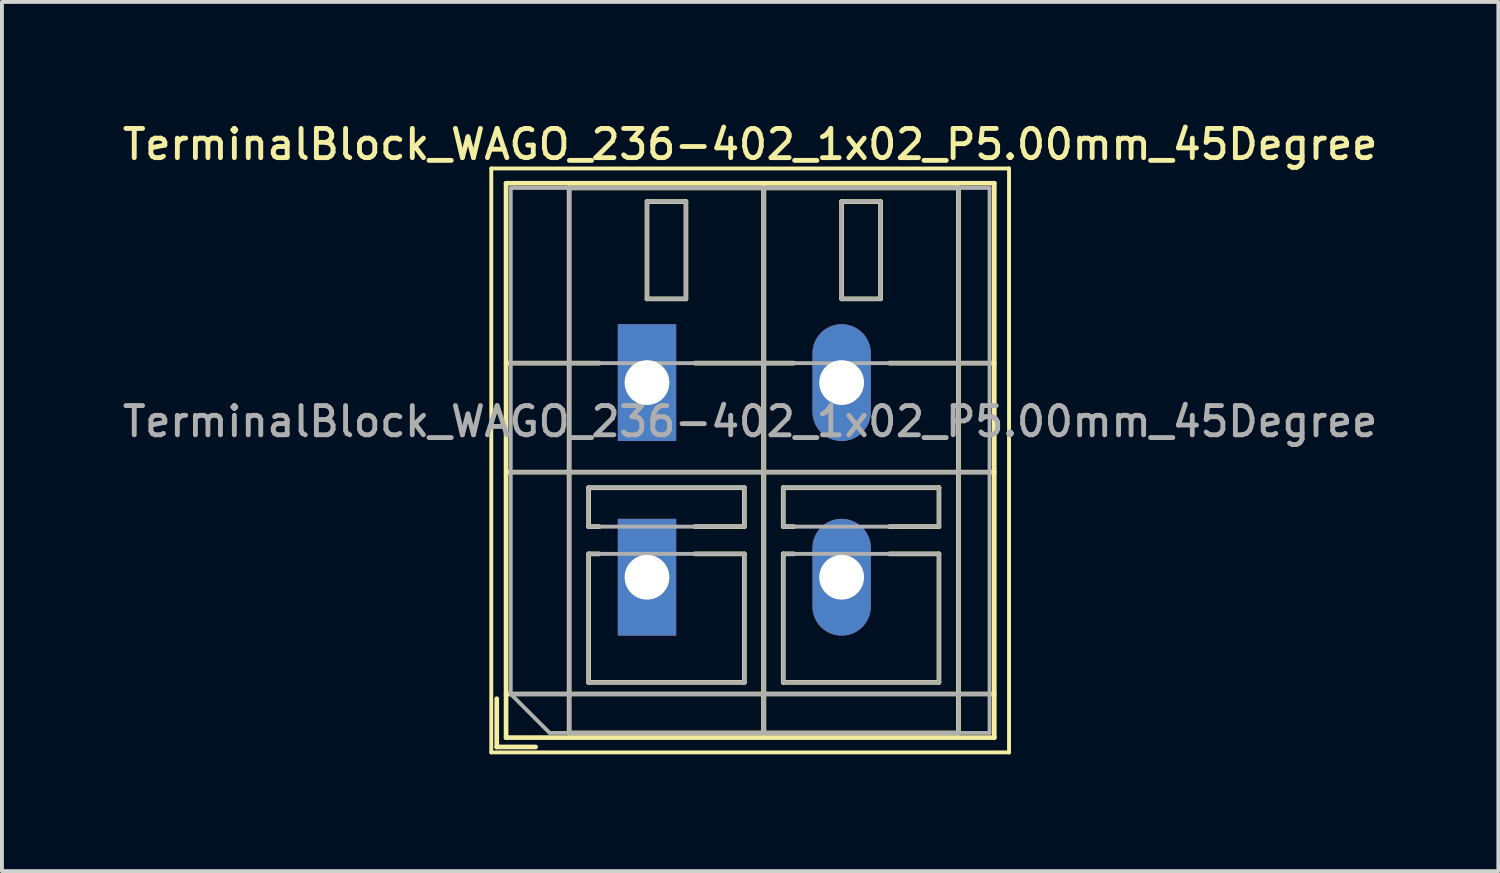
<source format=kicad_pcb>
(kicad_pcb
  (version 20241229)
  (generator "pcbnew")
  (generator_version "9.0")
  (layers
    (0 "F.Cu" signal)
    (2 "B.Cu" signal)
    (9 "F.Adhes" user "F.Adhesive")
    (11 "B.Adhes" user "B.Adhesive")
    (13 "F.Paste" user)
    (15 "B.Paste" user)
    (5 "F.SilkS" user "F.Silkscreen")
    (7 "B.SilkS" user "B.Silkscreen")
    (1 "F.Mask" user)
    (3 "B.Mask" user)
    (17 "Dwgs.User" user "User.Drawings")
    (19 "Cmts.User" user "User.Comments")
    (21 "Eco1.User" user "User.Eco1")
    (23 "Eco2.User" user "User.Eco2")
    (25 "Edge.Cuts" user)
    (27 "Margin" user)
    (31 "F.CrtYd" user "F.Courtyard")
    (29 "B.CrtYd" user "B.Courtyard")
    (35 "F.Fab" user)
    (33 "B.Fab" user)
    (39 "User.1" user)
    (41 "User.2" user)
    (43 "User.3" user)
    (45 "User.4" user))
  (footprint "TerminalBlock_WAGO_236-402_1x02_P5.00mm_45Degree"
    (layer "F.Cu")
    (at 13.57 6.778)
    (property "Reference" "TerminalBlock_WAGO_236-402_1x02_P5.00mm_45Degree" (at 2.65 -6.12 0) (layer "F.SilkS") (effects (font (size 0.75 0.75) (thickness 0.125))))
    (attr through_hole)
    (fp_line (start -4 -5.5) (end -4 9.5) (stroke (width 0.1) (type solid)) (layer "F.SilkS"))
    (fp_line (start -4 9.5) (end 9.3 9.5) (stroke (width 0.1) (type solid)) (layer "F.SilkS"))
    (fp_line (start -3.86 8.12) (end -3.86 9.36) (stroke (width 0.12) (type solid)) (layer "F.SilkS"))
    (fp_line (start -3.86 9.36) (end -2.86 9.36) (stroke (width 0.12) (type solid)) (layer "F.SilkS"))
    (fp_line (start -3.62 -5.12) (end -3.62 9.12) (stroke (width 0.12) (type solid)) (layer "F.SilkS"))
    (fp_line (start -3.62 -5.12) (end 8.921 -5.12) (stroke (width 0.12) (type solid)) (layer "F.SilkS"))
    (fp_line (start -3.62 -0.5) (end -1.23 -0.5) (stroke (width 0.12) (type solid)) (layer "F.SilkS"))
    (fp_line (start -3.62 2.3) (end 8.921 2.3) (stroke (width 0.12) (type solid)) (layer "F.SilkS"))
    (fp_line (start -3.62 8) (end 8.921 8) (stroke (width 0.12) (type solid)) (layer "F.SilkS"))
    (fp_line (start -3.62 9.12) (end 8.921 9.12) (stroke (width 0.12) (type solid)) (layer "F.SilkS"))
    (fp_line (start -2 -5) (end -2 9) (stroke (width 0.12) (type solid)) (layer "F.SilkS"))
    (fp_line (start -2 -5) (end 3 -5) (stroke (width 0.12) (type solid)) (layer "F.SilkS"))
    (fp_line (start -2 9) (end 3 9) (stroke (width 0.12) (type solid)) (layer "F.SilkS"))
    (fp_line (start -1.5 2.7) (end -1.5 3.7) (stroke (width 0.12) (type solid)) (layer "F.SilkS"))
    (fp_line (start -1.5 2.7) (end 2.5 2.7) (stroke (width 0.12) (type solid)) (layer "F.SilkS"))
    (fp_line (start -1.5 3.7) (end -1.23 3.7) (stroke (width 0.12) (type solid)) (layer "F.SilkS"))
    (fp_line (start -1.5 4.4) (end -1.5 7.7) (stroke (width 0.12) (type solid)) (layer "F.SilkS"))
    (fp_line (start -1.5 4.4) (end -1.23 4.4) (stroke (width 0.12) (type solid)) (layer "F.SilkS"))
    (fp_line (start -1.5 7.7) (end 2.5 7.7) (stroke (width 0.12) (type solid)) (layer "F.SilkS"))
    (fp_line (start 0 -4.65) (end 0 -2.151) (stroke (width 0.12) (type solid)) (layer "F.SilkS"))
    (fp_line (start 0 -4.65) (end 1 -4.65) (stroke (width 0.12) (type solid)) (layer "F.SilkS"))
    (fp_line (start 0 -2.151) (end 1 -2.151) (stroke (width 0.12) (type solid)) (layer "F.SilkS"))
    (fp_line (start 1 -4.65) (end 1 -2.151) (stroke (width 0.12) (type solid)) (layer "F.SilkS"))
    (fp_line (start 1.23 -0.5) (end 3.77 -0.5) (stroke (width 0.12) (type solid)) (layer "F.SilkS"))
    (fp_line (start 1.23 3.7) (end 2.5 3.7) (stroke (width 0.12) (type solid)) (layer "F.SilkS"))
    (fp_line (start 1.23 4.4) (end 2.5 4.4) (stroke (width 0.12) (type solid)) (layer "F.SilkS"))
    (fp_line (start 2.5 2.7) (end 2.5 3.7) (stroke (width 0.12) (type solid)) (layer "F.SilkS"))
    (fp_line (start 2.5 4.4) (end 2.5 7.7) (stroke (width 0.12) (type solid)) (layer "F.SilkS"))
    (fp_line (start 3 -5) (end 3 9) (stroke (width 0.12) (type solid)) (layer "F.SilkS"))
    (fp_line (start 3 -5) (end 3 9) (stroke (width 0.12) (type solid)) (layer "F.SilkS"))
    (fp_line (start 3 -5) (end 8 -5) (stroke (width 0.12) (type solid)) (layer "F.SilkS"))
    (fp_line (start 3 9) (end 8 9) (stroke (width 0.12) (type solid)) (layer "F.SilkS"))
    (fp_line (start 3.5 2.7) (end 3.5 3.7) (stroke (width 0.12) (type solid)) (layer "F.SilkS"))
    (fp_line (start 3.5 2.7) (end 7.5 2.7) (stroke (width 0.12) (type solid)) (layer "F.SilkS"))
    (fp_line (start 3.5 3.7) (end 3.77 3.7) (stroke (width 0.12) (type solid)) (layer "F.SilkS"))
    (fp_line (start 3.5 4.4) (end 3.5 7.7) (stroke (width 0.12) (type solid)) (layer "F.SilkS"))
    (fp_line (start 3.5 4.4) (end 3.77 4.4) (stroke (width 0.12) (type solid)) (layer "F.SilkS"))
    (fp_line (start 3.5 7.7) (end 7.5 7.7) (stroke (width 0.12) (type solid)) (layer "F.SilkS"))
    (fp_line (start 5 -4.65) (end 5 -2.151) (stroke (width 0.12) (type solid)) (layer "F.SilkS"))
    (fp_line (start 5 -4.65) (end 6 -4.65) (stroke (width 0.12) (type solid)) (layer "F.SilkS"))
    (fp_line (start 5 -2.151) (end 6 -2.151) (stroke (width 0.12) (type solid)) (layer "F.SilkS"))
    (fp_line (start 6 -4.65) (end 6 -2.151) (stroke (width 0.12) (type solid)) (layer "F.SilkS"))
    (fp_line (start 6.23 -0.5) (end 8.921 -0.5) (stroke (width 0.12) (type solid)) (layer "F.SilkS"))
    (fp_line (start 6.23 3.7) (end 7.5 3.7) (stroke (width 0.12) (type solid)) (layer "F.SilkS"))
    (fp_line (start 6.23 4.4) (end 7.5 4.4) (stroke (width 0.12) (type solid)) (layer "F.SilkS"))
    (fp_line (start 7.5 2.7) (end 7.5 3.7) (stroke (width 0.12) (type solid)) (layer "F.SilkS"))
    (fp_line (start 7.5 4.4) (end 7.5 7.7) (stroke (width 0.12) (type solid)) (layer "F.SilkS"))
    (fp_line (start 8 -5) (end 8 9) (stroke (width 0.12) (type solid)) (layer "F.SilkS"))
    (fp_line (start 8.921 -5.12) (end 8.921 9.12) (stroke (width 0.12) (type solid)) (layer "F.SilkS"))
    (fp_line (start 9.3 -5.5) (end -4 -5.5) (stroke (width 0.1) (type solid)) (layer "F.SilkS"))
    (fp_line (start 9.3 9.5) (end 9.3 -5.5) (stroke (width 0.1) (type solid)) (layer "F.SilkS"))
    (fp_line (start -3.5 -5) (end 8.8 -5) (stroke (width 0.1) (type solid)) (layer "F.Fab"))
    (fp_line (start -3.5 -0.5) (end 8.8 -0.5) (stroke (width 0.1) (type solid)) (layer "F.Fab"))
    (fp_line (start -3.5 2.3) (end 8.8 2.3) (stroke (width 0.1) (type solid)) (layer "F.Fab"))
    (fp_line (start -3.5 8) (end -3.5 -5) (stroke (width 0.1) (type solid)) (layer "F.Fab"))
    (fp_line (start -3.5 8) (end 8.8 8) (stroke (width 0.1) (type solid)) (layer "F.Fab"))
    (fp_line (start -2.5 9) (end -3.5 8) (stroke (width 0.1) (type solid)) (layer "F.Fab"))
    (fp_line (start -2 -5) (end -2 9) (stroke (width 0.1) (type solid)) (layer "F.Fab"))
    (fp_line (start -2 9) (end 3 9) (stroke (width 0.1) (type solid)) (layer "F.Fab"))
    (fp_line (start -1.5 2.7) (end -1.5 3.7) (stroke (width 0.1) (type solid)) (layer "F.Fab"))
    (fp_line (start -1.5 3.7) (end 2.5 3.7) (stroke (width 0.1) (type solid)) (layer "F.Fab"))
    (fp_line (start -1.5 4.4) (end -1.5 7.7) (stroke (width 0.1) (type solid)) (layer "F.Fab"))
    (fp_line (start -1.5 7.7) (end 2.5 7.7) (stroke (width 0.1) (type solid)) (layer "F.Fab"))
    (fp_line (start 0 -4.65) (end 0 -2.15) (stroke (width 0.1) (type solid)) (layer "F.Fab"))
    (fp_line (start 0 -2.15) (end 1 -2.15) (stroke (width 0.1) (type solid)) (layer "F.Fab"))
    (fp_line (start 1 -4.65) (end 0 -4.65) (stroke (width 0.1) (type solid)) (layer "F.Fab"))
    (fp_line (start 1 -2.15) (end 1 -4.65) (stroke (width 0.1) (type solid)) (layer "F.Fab"))
    (fp_line (start 2.5 2.7) (end -1.5 2.7) (stroke (width 0.1) (type solid)) (layer "F.Fab"))
    (fp_line (start 2.5 3.7) (end 2.5 2.7) (stroke (width 0.1) (type solid)) (layer "F.Fab"))
    (fp_line (start 2.5 4.4) (end -1.5 4.4) (stroke (width 0.1) (type solid)) (layer "F.Fab"))
    (fp_line (start 2.5 7.7) (end 2.5 4.4) (stroke (width 0.1) (type solid)) (layer "F.Fab"))
    (fp_line (start 3 -5) (end -2 -5) (stroke (width 0.1) (type solid)) (layer "F.Fab"))
    (fp_line (start 3 -5) (end 3 9) (stroke (width 0.1) (type solid)) (layer "F.Fab"))
    (fp_line (start 3 9) (end 3 -5) (stroke (width 0.1) (type solid)) (layer "F.Fab"))
    (fp_line (start 3 9) (end 8 9) (stroke (width 0.1) (type solid)) (layer "F.Fab"))
    (fp_line (start 3.5 2.7) (end 3.5 3.7) (stroke (width 0.1) (type solid)) (layer "F.Fab"))
    (fp_line (start 3.5 3.7) (end 7.5 3.7) (stroke (width 0.1) (type solid)) (layer "F.Fab"))
    (fp_line (start 3.5 4.4) (end 3.5 7.7) (stroke (width 0.1) (type solid)) (layer "F.Fab"))
    (fp_line (start 3.5 7.7) (end 7.5 7.7) (stroke (width 0.1) (type solid)) (layer "F.Fab"))
    (fp_line (start 5 -4.65) (end 5 -2.15) (stroke (width 0.1) (type solid)) (layer "F.Fab"))
    (fp_line (start 5 -2.15) (end 6 -2.15) (stroke (width 0.1) (type solid)) (layer "F.Fab"))
    (fp_line (start 6 -4.65) (end 5 -4.65) (stroke (width 0.1) (type solid)) (layer "F.Fab"))
    (fp_line (start 6 -2.15) (end 6 -4.65) (stroke (width 0.1) (type solid)) (layer "F.Fab"))
    (fp_line (start 7.5 2.7) (end 3.5 2.7) (stroke (width 0.1) (type solid)) (layer "F.Fab"))
    (fp_line (start 7.5 3.7) (end 7.5 2.7) (stroke (width 0.1) (type solid)) (layer "F.Fab"))
    (fp_line (start 7.5 4.4) (end 3.5 4.4) (stroke (width 0.1) (type solid)) (layer "F.Fab"))
    (fp_line (start 7.5 7.7) (end 7.5 4.4) (stroke (width 0.1) (type solid)) (layer "F.Fab"))
    (fp_line (start 8 -5) (end 3 -5) (stroke (width 0.1) (type solid)) (layer "F.Fab"))
    (fp_line (start 8 9) (end 8 -5) (stroke (width 0.1) (type solid)) (layer "F.Fab"))
    (fp_line (start 8.8 -5) (end 8.8 9) (stroke (width 0.1) (type solid)) (layer "F.Fab"))
    (fp_line (start 8.8 9) (end -2.5 9) (stroke (width 0.1) (type solid)) (layer "F.Fab"))
    (fp_text user "${REFERENCE}" (at 2.65 1 0) (layer "F.Fab") (effects (font (size 0.75 0.75) (thickness 0.125))))
    (pad "1" thru_hole rect (at 0 0) (size 1.5 3) (drill 1.15) (layers "*.Cu" "*.Mask"))
    (pad "1" thru_hole rect (at 0 5) (size 1.5 3) (drill 1.15) (layers "*.Cu" "*.Mask"))
    (pad "2" thru_hole oval (at 5 0) (size 1.5 3) (drill 1.15) (layers "*.Cu" "*.Mask"))
    (pad "2" thru_hole oval (at 5 5) (size 1.5 3) (drill 1.15) (layers "*.Cu" "*.Mask")))
  (gr_rect
    (start -3 -3)
    (end 35.439 19.328)
    (stroke (width 0.1) (type default))
    (fill no)
    (layer "Edge.Cuts")))
</source>
